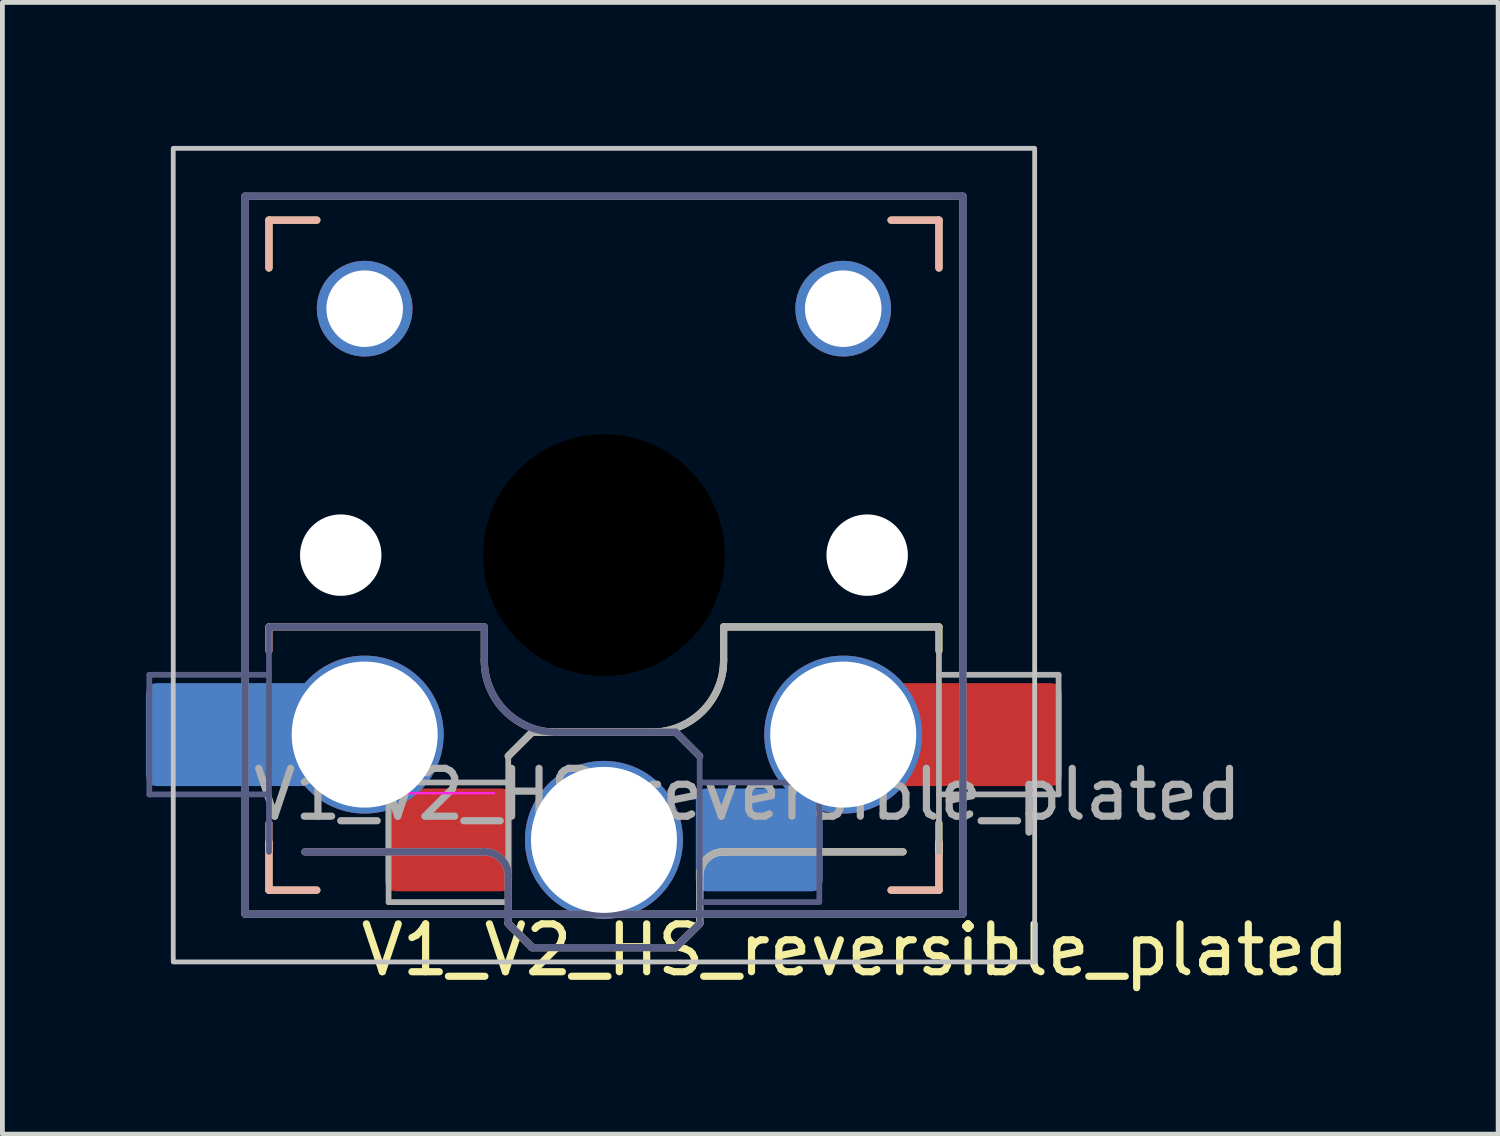
<source format=kicad_pcb>
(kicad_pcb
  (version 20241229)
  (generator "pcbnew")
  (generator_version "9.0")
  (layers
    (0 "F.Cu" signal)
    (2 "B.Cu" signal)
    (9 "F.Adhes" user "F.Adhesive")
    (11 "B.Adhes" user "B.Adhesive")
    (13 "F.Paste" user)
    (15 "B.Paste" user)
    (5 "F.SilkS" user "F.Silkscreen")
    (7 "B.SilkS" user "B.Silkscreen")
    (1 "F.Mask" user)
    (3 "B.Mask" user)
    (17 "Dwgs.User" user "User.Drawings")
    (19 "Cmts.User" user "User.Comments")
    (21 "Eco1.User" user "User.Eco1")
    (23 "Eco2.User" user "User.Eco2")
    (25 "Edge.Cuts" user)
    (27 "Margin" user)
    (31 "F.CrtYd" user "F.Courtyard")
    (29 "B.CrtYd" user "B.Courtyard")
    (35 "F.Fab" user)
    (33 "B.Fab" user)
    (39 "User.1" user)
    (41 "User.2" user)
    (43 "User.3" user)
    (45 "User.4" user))
  (footprint "V1_V2_HS_reversible_plated"
    (layer "F.Cu")
    (at 9.57 8.55)
    (property "Reference" "V1_V2_HS_reversible_plated" (at 5.25 8.25 0) (layer "F.SilkS") (effects (font (size 1 1) (thickness 0.15))))
    (attr smd)
    (fp_line (start -7 -7) (end -6 -7) (stroke (width 0.15) (type solid)) (layer "F.SilkS"))
    (fp_line (start -7 -6) (end -7 -7) (stroke (width 0.15) (type solid)) (layer "F.SilkS"))
    (fp_line (start -7 7) (end -7 6) (stroke (width 0.15) (type solid)) (layer "F.SilkS"))
    (fp_line (start -6 7) (end -7 7) (stroke (width 0.15) (type solid)) (layer "F.SilkS"))
    (fp_line (start -2 4.2) (end -1.5 3.7) (stroke (width 0.15) (type solid)) (layer "F.SilkS"))
    (fp_line (start -2 7.7) (end -1.5 8.2) (stroke (width 0.15) (type solid)) (layer "F.SilkS"))
    (fp_line (start -1.5 3.7) (end 1 3.7) (stroke (width 0.15) (type solid)) (layer "F.SilkS"))
    (fp_line (start -1.5 8.2) (end 1.5 8.2) (stroke (width 0.15) (type solid)) (layer "F.SilkS"))
    (fp_line (start 1.5 8.2) (end 2 7.7) (stroke (width 0.15) (type solid)) (layer "F.SilkS"))
    (fp_line (start 2 6.7) (end 2 7.7) (stroke (width 0.15) (type solid)) (layer "F.SilkS"))
    (fp_line (start 2.5 1.5) (end 7 1.5) (stroke (width 0.15) (type solid)) (layer "F.SilkS"))
    (fp_line (start 2.5 2.2) (end 2.5 1.5) (stroke (width 0.15) (type solid)) (layer "F.SilkS"))
    (fp_line (start 6 -7) (end 7 -7) (stroke (width 0.15) (type solid)) (layer "F.SilkS"))
    (fp_line (start 6.25 6.2) (end 2.5 6.2) (stroke (width 0.15) (type solid)) (layer "F.SilkS"))
    (fp_line (start 7 -7) (end 7 -6) (stroke (width 0.15) (type solid)) (layer "F.SilkS"))
    (fp_line (start 7 1.5) (end 7 2) (stroke (width 0.15) (type solid)) (layer "F.SilkS"))
    (fp_line (start 7 5.6) (end 7 6.2) (stroke (width 0.15) (type solid)) (layer "F.SilkS"))
    (fp_line (start 7 6) (end 7 7) (stroke (width 0.15) (type solid)) (layer "F.SilkS"))
    (fp_line (start 7 7) (end 6 7) (stroke (width 0.15) (type solid)) (layer "F.SilkS"))
    (fp_arc (start 2 6.7) (mid 2.146447 6.346447) (end 2.5 6.2) (stroke (width 0.15) (type solid)) (layer "F.SilkS"))
    (fp_arc (start 2.5 2.2) (mid 2.06066 3.26066) (end 1 3.7) (stroke (width 0.15) (type solid)) (layer "F.SilkS"))
    (fp_line (start -7 -7) (end -6 -7) (stroke (width 0.15) (type solid)) (layer "B.SilkS"))
    (fp_line (start -7 -6) (end -7 -7) (stroke (width 0.15) (type solid)) (layer "B.SilkS"))
    (fp_line (start -7 1.5) (end -7 2) (stroke (width 0.15) (type solid)) (layer "B.SilkS"))
    (fp_line (start -7 5.6) (end -7 6.2) (stroke (width 0.15) (type solid)) (layer "B.SilkS"))
    (fp_line (start -7 7) (end -7 6) (stroke (width 0.15) (type solid)) (layer "B.SilkS"))
    (fp_line (start -6.25 6.2) (end -2.5 6.2) (stroke (width 0.15) (type solid)) (layer "B.SilkS"))
    (fp_line (start -6 7) (end -7 7) (stroke (width 0.15) (type solid)) (layer "B.SilkS"))
    (fp_line (start -2.5 1.5) (end -7 1.5) (stroke (width 0.15) (type solid)) (layer "B.SilkS"))
    (fp_line (start -2.5 2.2) (end -2.5 1.5) (stroke (width 0.15) (type solid)) (layer "B.SilkS"))
    (fp_line (start -2 6.7) (end -2 7.7) (stroke (width 0.15) (type solid)) (layer "B.SilkS"))
    (fp_line (start -1.5 8.2) (end -2 7.7) (stroke (width 0.15) (type solid)) (layer "B.SilkS"))
    (fp_line (start 1.5 3.7) (end -1 3.7) (stroke (width 0.15) (type solid)) (layer "B.SilkS"))
    (fp_line (start 1.5 8.2) (end -1.5 8.2) (stroke (width 0.15) (type solid)) (layer "B.SilkS"))
    (fp_line (start 2 4.2) (end 1.5 3.7) (stroke (width 0.15) (type solid)) (layer "B.SilkS"))
    (fp_line (start 2 7.7) (end 1.5 8.2) (stroke (width 0.15) (type solid)) (layer "B.SilkS"))
    (fp_line (start 6 -7) (end 7 -7) (stroke (width 0.15) (type solid)) (layer "B.SilkS"))
    (fp_line (start 7 -7) (end 7 -6) (stroke (width 0.15) (type solid)) (layer "B.SilkS"))
    (fp_line (start 7 6) (end 7 7) (stroke (width 0.15) (type solid)) (layer "B.SilkS"))
    (fp_line (start 7 7) (end 6 7) (stroke (width 0.15) (type solid)) (layer "B.SilkS"))
    (fp_arc (start -2.5 6.2) (mid -2.146447 6.346447) (end -2 6.7) (stroke (width 0.15) (type solid)) (layer "B.SilkS"))
    (fp_arc (start -1 3.7) (mid -2.06066 3.26066) (end -2.5 2.2) (stroke (width 0.15) (type solid)) (layer "B.SilkS"))
    (fp_rect (start -9 -8.5) (end 9 8.5) (stroke (width 0.1) (type default)) (fill no) (layer "Dwgs.User"))
    (fp_line (start -6.9 6.9) (end -6.9 -6.9) (stroke (width 0.15) (type solid)) (layer "Eco2.User"))
    (fp_line (start -6.9 6.9) (end 6.9 6.9) (stroke (width 0.15) (type solid)) (layer "Eco2.User"))
    (fp_line (start -2.6 -3.1) (end -2.6 -6.3) (stroke (width 0.15) (type solid)) (layer "Eco2.User"))
    (fp_line (start -2.6 -3.1) (end 2.6 -3.1) (stroke (width 0.15) (type solid)) (layer "Eco2.User"))
    (fp_line (start 2.6 -6.3) (end -2.6 -6.3) (stroke (width 0.15) (type solid)) (layer "Eco2.User"))
    (fp_line (start 2.6 -3.1) (end 2.6 -6.3) (stroke (width 0.15) (type solid)) (layer "Eco2.User"))
    (fp_line (start 6.9 -6.9) (end -6.9 -6.9) (stroke (width 0.15) (type solid)) (layer "Eco2.User"))
    (fp_line (start 6.9 -6.9) (end 6.9 6.9) (stroke (width 0.15) (type solid)) (layer "Eco2.User"))
    (fp_line (start -4.104 4.975) (end -2.3 4.975) (stroke (width 0.05) (type solid)) (layer "F.CrtYd"))
    (fp_line (start -9.5 2.5) (end -7 2.5) (stroke (width 0.12) (type solid)) (layer "B.Fab"))
    (fp_line (start -9.5 5) (end -9.5 2.5) (stroke (width 0.12) (type solid)) (layer "B.Fab"))
    (fp_line (start -7.5 -7.5) (end 7.5 -7.5) (stroke (width 0.15) (type solid)) (layer "B.Fab"))
    (fp_line (start -7.5 7.5) (end -7.5 -7.5) (stroke (width 0.15) (type solid)) (layer "B.Fab"))
    (fp_line (start -7 1.5) (end -7 6.2) (stroke (width 0.12) (type solid)) (layer "B.Fab"))
    (fp_line (start -7 5) (end -9.5 5) (stroke (width 0.12) (type solid)) (layer "B.Fab"))
    (fp_line (start -6.25 6.2) (end -2.5 6.2) (stroke (width 0.15) (type solid)) (layer "B.Fab"))
    (fp_line (start -2.5 1.5) (end -7 1.5) (stroke (width 0.15) (type solid)) (layer "B.Fab"))
    (fp_line (start -2.5 2.2) (end -2.5 1.5) (stroke (width 0.15) (type solid)) (layer "B.Fab"))
    (fp_line (start -2 6.7) (end -2 7.7) (stroke (width 0.15) (type solid)) (layer "B.Fab"))
    (fp_line (start -1.5 8.2) (end -2 7.7) (stroke (width 0.15) (type solid)) (layer "B.Fab"))
    (fp_line (start 1.5 3.7) (end -1 3.7) (stroke (width 0.15) (type solid)) (layer "B.Fab"))
    (fp_line (start 1.5 8.2) (end -1.5 8.2) (stroke (width 0.15) (type solid)) (layer "B.Fab"))
    (fp_line (start 2 4.2) (end 1.5 3.7) (stroke (width 0.15) (type solid)) (layer "B.Fab"))
    (fp_line (start 2 4.25) (end 2 7.7) (stroke (width 0.12) (type solid)) (layer "B.Fab"))
    (fp_line (start 2 4.75) (end 4.5 4.75) (stroke (width 0.12) (type solid)) (layer "B.Fab"))
    (fp_line (start 2 7.7) (end 1.5 8.2) (stroke (width 0.15) (type solid)) (layer "B.Fab"))
    (fp_line (start 4.5 4.75) (end 4.5 7.25) (stroke (width 0.12) (type solid)) (layer "B.Fab"))
    (fp_line (start 4.5 7.25) (end 2 7.25) (stroke (width 0.12) (type solid)) (layer "B.Fab"))
    (fp_line (start 7.5 -7.5) (end 7.5 7.5) (stroke (width 0.15) (type solid)) (layer "B.Fab"))
    (fp_line (start 7.5 7.5) (end -7.5 7.5) (stroke (width 0.15) (type solid)) (layer "B.Fab"))
    (fp_arc (start -2.5 6.2) (mid -2.146447 6.346447) (end -2 6.7) (stroke (width 0.15) (type solid)) (layer "B.Fab"))
    (fp_arc (start -1 3.7) (mid -2.06066 3.26066) (end -2.5 2.2) (stroke (width 0.15) (type solid)) (layer "B.Fab"))
    (fp_line (start -7.5 -7.5) (end 7.5 -7.5) (stroke (width 0.15) (type solid)) (layer "F.Fab"))
    (fp_line (start -7.5 7.5) (end -7.5 -7.5) (stroke (width 0.15) (type solid)) (layer "F.Fab"))
    (fp_line (start -4.5 4.75) (end -4.5 7.25) (stroke (width 0.12) (type solid)) (layer "F.Fab"))
    (fp_line (start -4.5 7.25) (end -2 7.25) (stroke (width 0.12) (type solid)) (layer "F.Fab"))
    (fp_line (start -2 4.2) (end -1.5 3.7) (stroke (width 0.15) (type solid)) (layer "F.Fab"))
    (fp_line (start -2 4.25) (end -2 7.7) (stroke (width 0.12) (type solid)) (layer "F.Fab"))
    (fp_line (start -2 4.75) (end -4.5 4.75) (stroke (width 0.12) (type solid)) (layer "F.Fab"))
    (fp_line (start -2 7.7) (end -1.5 8.2) (stroke (width 0.15) (type solid)) (layer "F.Fab"))
    (fp_line (start -1.5 3.7) (end 1 3.7) (stroke (width 0.15) (type solid)) (layer "F.Fab"))
    (fp_line (start -1.5 8.2) (end 1.5 8.2) (stroke (width 0.15) (type solid)) (layer "F.Fab"))
    (fp_line (start 1.5 8.2) (end 2 7.7) (stroke (width 0.15) (type solid)) (layer "F.Fab"))
    (fp_line (start 2 6.7) (end 2 7.7) (stroke (width 0.15) (type solid)) (layer "F.Fab"))
    (fp_line (start 2.5 1.5) (end 7 1.5) (stroke (width 0.15) (type solid)) (layer "F.Fab"))
    (fp_line (start 2.5 2.2) (end 2.5 1.5) (stroke (width 0.15) (type solid)) (layer "F.Fab"))
    (fp_line (start 6.25 6.2) (end 2.5 6.2) (stroke (width 0.15) (type solid)) (layer "F.Fab"))
    (fp_line (start 7 1.5) (end 7 6.2) (stroke (width 0.12) (type solid)) (layer "F.Fab"))
    (fp_line (start 7 5) (end 9.5 5) (stroke (width 0.12) (type solid)) (layer "F.Fab"))
    (fp_line (start 7.5 -7.5) (end 7.5 7.5) (stroke (width 0.15) (type solid)) (layer "F.Fab"))
    (fp_line (start 7.5 7.5) (end -7.5 7.5) (stroke (width 0.15) (type solid)) (layer "F.Fab"))
    (fp_line (start 9.5 2.5) (end 7 2.5) (stroke (width 0.12) (type solid)) (layer "F.Fab"))
    (fp_line (start 9.5 5) (end 9.5 2.5) (stroke (width 0.12) (type solid)) (layer "F.Fab"))
    (fp_arc (start 2 6.7) (mid 2.146447 6.346447) (end 2.5 6.2) (stroke (width 0.15) (type solid)) (layer "F.Fab"))
    (fp_arc (start 2.5 2.2) (mid 2.06066 3.26066) (end 1 3.7) (stroke (width 0.15) (type solid)) (layer "F.Fab"))
    (fp_text user "${REFERENCE}" (at 3 5 180) (layer "F.Fab") (effects (font (size 1 1) (thickness 0.15))))
    (pad "" np_thru_hole circle (at -5.5 0) (size 1.702 1.702) (drill 1.702) (layers "*.Cu" "*.Mask"))
    (pad "" np_thru_hole circle (at 0 0) (size 5.05 5.05) (drill 5.05) (layers "*.Mask"))
    (pad "" thru_hole circle (at 0 5.95) (size 3.3 3.3) (drill 3.05) (layers "*.Cu" "*.Mask"))
    (pad "" np_thru_hole circle (at 5.5 0) (size 1.702 1.702) (drill 1.702) (layers "*.Cu" "*.Mask"))
    (pad "1" smd roundrect (at 3.245 5.95) (size 2.65 2.15) (layers "B.Cu" "B.Mask" "B.Paste") (roundrect_rratio 0.1))
    (pad "1" thru_hole circle (at 5 3.75) (size 3.3 3.3) (drill 3.05) (layers "*.Cu" "F.Mask"))
    (pad "1" smd rect (at 6.55 3.75) (size 1.2 2.15) (layers "F.Cu"))
    (pad "1" smd roundrect (at 8.245 3.75) (size 2.65 2.15) (layers "F.Cu" "F.Mask" "F.Paste") (roundrect_rratio 0.1))
    (pad "2" smd roundrect (at -8.245 3.75) (size 2.65 2.15) (layers "B.Cu" "B.Mask" "B.Paste") (roundrect_rratio 0.1))
    (pad "2" smd rect (at -6.55 3.75) (size 1.2 2.15) (layers "B.Cu"))
    (pad "2" thru_hole circle (at -5 -5.15 180) (size 2 2) (drill 1.6) (layers "*.Cu"))
    (pad "2" thru_hole circle (at -5 3.75) (size 3.3 3.3) (drill 3.05) (layers "*.Cu" "B.Mask"))
    (pad "2" smd roundrect (at -3.245 5.95) (size 2.65 2.15) (layers "F.Cu" "F.Mask" "F.Paste") (roundrect_rratio 0.1))
    (pad "3" thru_hole circle (at 5 -5.15 180) (size 2 2) (drill 1.6) (layers "*.Cu")))
  (gr_rect
    (start -3 -3)
    (end 28.255 20.648)
    (stroke (width 0.1) (type default))
    (fill no)
    (layer "Edge.Cuts")))
</source>
